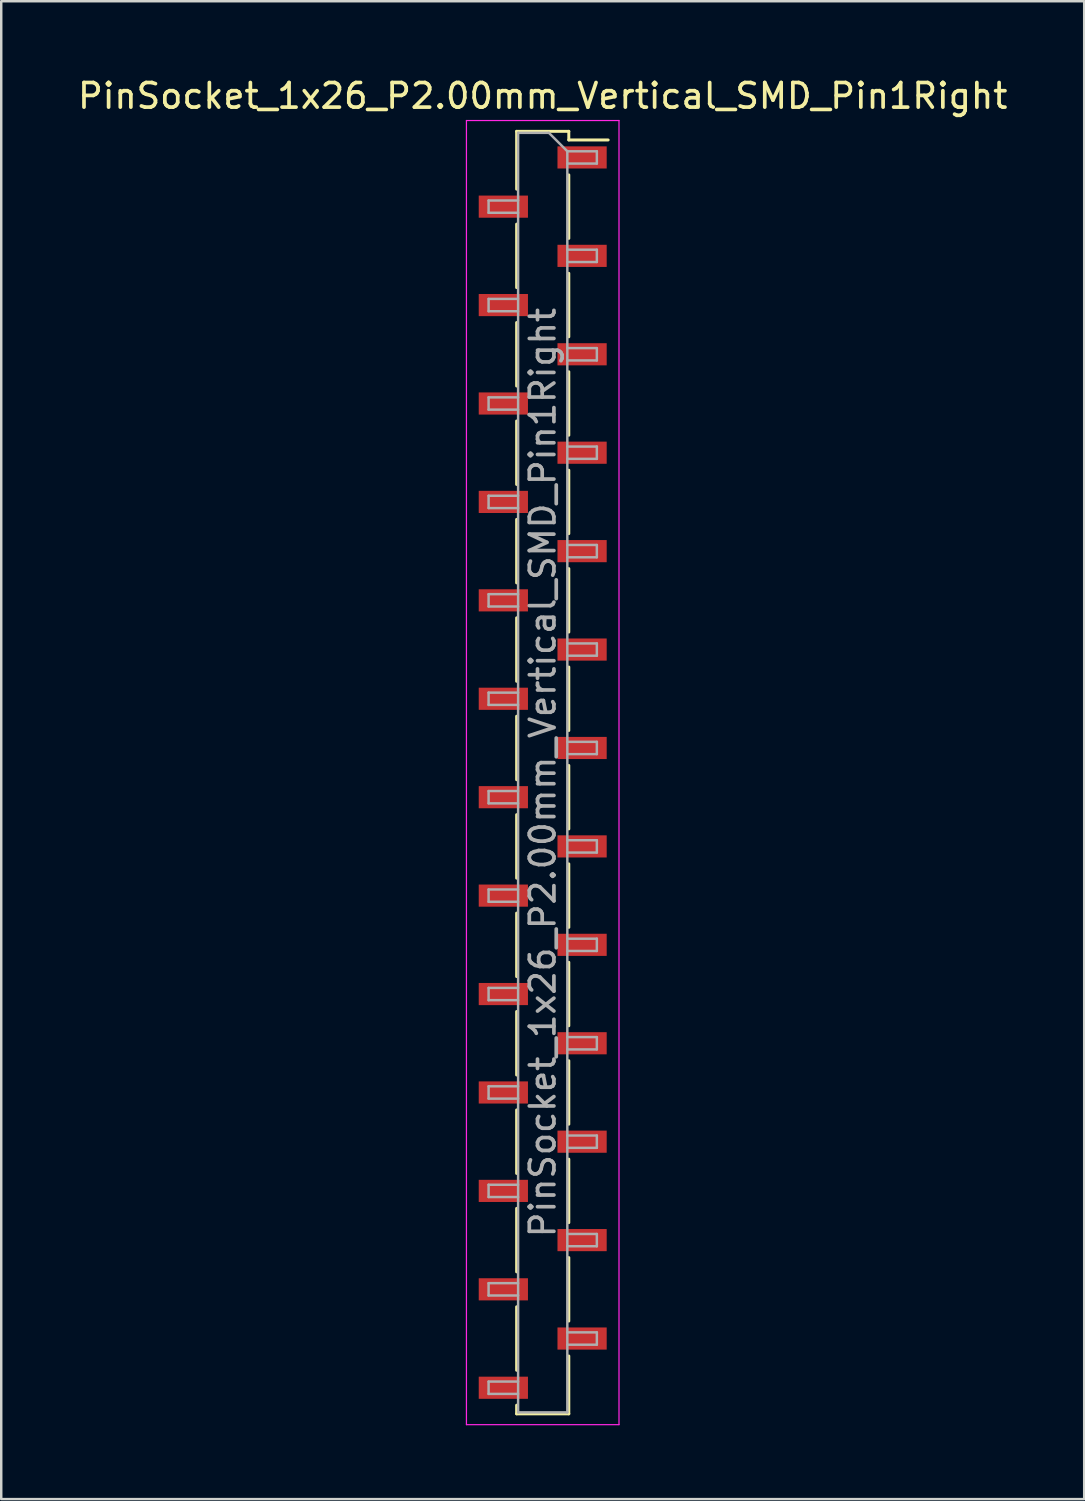
<source format=kicad_pcb>
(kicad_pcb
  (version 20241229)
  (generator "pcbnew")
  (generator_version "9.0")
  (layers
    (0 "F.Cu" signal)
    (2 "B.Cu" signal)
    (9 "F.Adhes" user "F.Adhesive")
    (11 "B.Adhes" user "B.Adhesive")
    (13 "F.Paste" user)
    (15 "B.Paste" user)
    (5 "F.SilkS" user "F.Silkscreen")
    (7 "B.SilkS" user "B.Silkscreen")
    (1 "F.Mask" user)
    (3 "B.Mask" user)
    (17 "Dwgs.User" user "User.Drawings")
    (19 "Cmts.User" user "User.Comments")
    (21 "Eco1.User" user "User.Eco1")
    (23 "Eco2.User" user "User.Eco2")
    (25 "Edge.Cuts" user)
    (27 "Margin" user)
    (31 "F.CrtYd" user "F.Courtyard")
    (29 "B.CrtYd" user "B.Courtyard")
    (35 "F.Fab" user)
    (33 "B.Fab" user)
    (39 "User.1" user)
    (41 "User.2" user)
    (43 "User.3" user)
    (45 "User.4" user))
  (footprint "PinSocket_1x26_P2.00mm_Vertical_SMD_Pin1Right"
    (layer "F.Cu")
    (at 19.006 28.348)
    (property "Reference" "PinSocket_1x26_P2.00mm_Vertical_SMD_Pin1Right" (at 0 -27.5 0) (layer "F.SilkS") (effects (font (size 1 1) (thickness 0.15))))
    (attr smd)
    (fp_line (start -1.06 -26.06) (end -1.06 -23.71) (stroke (width 0.12) (type solid)) (layer "F.SilkS"))
    (fp_line (start -1.06 -26.06) (end 1.06 -26.06) (stroke (width 0.12) (type solid)) (layer "F.SilkS"))
    (fp_line (start -1.06 -22.29) (end -1.06 -19.71) (stroke (width 0.12) (type solid)) (layer "F.SilkS"))
    (fp_line (start -1.06 -18.29) (end -1.06 -15.71) (stroke (width 0.12) (type solid)) (layer "F.SilkS"))
    (fp_line (start -1.06 -14.29) (end -1.06 -11.71) (stroke (width 0.12) (type solid)) (layer "F.SilkS"))
    (fp_line (start -1.06 -10.29) (end -1.06 -7.71) (stroke (width 0.12) (type solid)) (layer "F.SilkS"))
    (fp_line (start -1.06 -6.29) (end -1.06 -3.71) (stroke (width 0.12) (type solid)) (layer "F.SilkS"))
    (fp_line (start -1.06 -2.29) (end -1.06 0.29) (stroke (width 0.12) (type solid)) (layer "F.SilkS"))
    (fp_line (start -1.06 1.71) (end -1.06 4.29) (stroke (width 0.12) (type solid)) (layer "F.SilkS"))
    (fp_line (start -1.06 5.71) (end -1.06 8.29) (stroke (width 0.12) (type solid)) (layer "F.SilkS"))
    (fp_line (start -1.06 9.71) (end -1.06 12.29) (stroke (width 0.12) (type solid)) (layer "F.SilkS"))
    (fp_line (start -1.06 13.71) (end -1.06 16.29) (stroke (width 0.12) (type solid)) (layer "F.SilkS"))
    (fp_line (start -1.06 17.71) (end -1.06 20.29) (stroke (width 0.12) (type solid)) (layer "F.SilkS"))
    (fp_line (start -1.06 21.71) (end -1.06 24.29) (stroke (width 0.12) (type solid)) (layer "F.SilkS"))
    (fp_line (start -1.06 26.06) (end -1.06 25.71) (stroke (width 0.12) (type solid)) (layer "F.SilkS"))
    (fp_line (start 1.06 -26.06) (end 1.06 -25.71) (stroke (width 0.12) (type solid)) (layer "F.SilkS"))
    (fp_line (start 1.06 -25.71) (end 2.66 -25.71) (stroke (width 0.12) (type solid)) (layer "F.SilkS"))
    (fp_line (start 1.06 -24.29) (end 1.06 -21.71) (stroke (width 0.12) (type solid)) (layer "F.SilkS"))
    (fp_line (start 1.06 -20.29) (end 1.06 -17.71) (stroke (width 0.12) (type solid)) (layer "F.SilkS"))
    (fp_line (start 1.06 -16.29) (end 1.06 -13.71) (stroke (width 0.12) (type solid)) (layer "F.SilkS"))
    (fp_line (start 1.06 -12.29) (end 1.06 -9.71) (stroke (width 0.12) (type solid)) (layer "F.SilkS"))
    (fp_line (start 1.06 -8.29) (end 1.06 -5.71) (stroke (width 0.12) (type solid)) (layer "F.SilkS"))
    (fp_line (start 1.06 -4.29) (end 1.06 -1.71) (stroke (width 0.12) (type solid)) (layer "F.SilkS"))
    (fp_line (start 1.06 -0.29) (end 1.06 2.29) (stroke (width 0.12) (type solid)) (layer "F.SilkS"))
    (fp_line (start 1.06 3.71) (end 1.06 6.29) (stroke (width 0.12) (type solid)) (layer "F.SilkS"))
    (fp_line (start 1.06 7.71) (end 1.06 10.29) (stroke (width 0.12) (type solid)) (layer "F.SilkS"))
    (fp_line (start 1.06 11.71) (end 1.06 14.29) (stroke (width 0.12) (type solid)) (layer "F.SilkS"))
    (fp_line (start 1.06 15.71) (end 1.06 18.29) (stroke (width 0.12) (type solid)) (layer "F.SilkS"))
    (fp_line (start 1.06 19.71) (end 1.06 22.29) (stroke (width 0.12) (type solid)) (layer "F.SilkS"))
    (fp_line (start 1.06 23.71) (end 1.06 26.06) (stroke (width 0.12) (type solid)) (layer "F.SilkS"))
    (fp_line (start 1.06 26.06) (end -1.06 26.06) (stroke (width 0.12) (type solid)) (layer "F.SilkS"))
    (fp_line (start -3.1 -26.5) (end 3.1 -26.5) (stroke (width 0.05) (type solid)) (layer "F.CrtYd"))
    (fp_line (start -3.1 26.5) (end -3.1 -26.5) (stroke (width 0.05) (type solid)) (layer "F.CrtYd"))
    (fp_line (start 3.1 -26.5) (end 3.1 26.5) (stroke (width 0.05) (type solid)) (layer "F.CrtYd"))
    (fp_line (start 3.1 26.5) (end -3.1 26.5) (stroke (width 0.05) (type solid)) (layer "F.CrtYd"))
    (fp_line (start -2.2 -23.25) (end -1 -23.25) (stroke (width 0.1) (type solid)) (layer "F.Fab"))
    (fp_line (start -2.2 -22.75) (end -2.2 -23.25) (stroke (width 0.1) (type solid)) (layer "F.Fab"))
    (fp_line (start -2.2 -19.25) (end -1 -19.25) (stroke (width 0.1) (type solid)) (layer "F.Fab"))
    (fp_line (start -2.2 -18.75) (end -2.2 -19.25) (stroke (width 0.1) (type solid)) (layer "F.Fab"))
    (fp_line (start -2.2 -15.25) (end -1 -15.25) (stroke (width 0.1) (type solid)) (layer "F.Fab"))
    (fp_line (start -2.2 -14.75) (end -2.2 -15.25) (stroke (width 0.1) (type solid)) (layer "F.Fab"))
    (fp_line (start -2.2 -11.25) (end -1 -11.25) (stroke (width 0.1) (type solid)) (layer "F.Fab"))
    (fp_line (start -2.2 -10.75) (end -2.2 -11.25) (stroke (width 0.1) (type solid)) (layer "F.Fab"))
    (fp_line (start -2.2 -7.25) (end -1 -7.25) (stroke (width 0.1) (type solid)) (layer "F.Fab"))
    (fp_line (start -2.2 -6.75) (end -2.2 -7.25) (stroke (width 0.1) (type solid)) (layer "F.Fab"))
    (fp_line (start -2.2 -3.25) (end -1 -3.25) (stroke (width 0.1) (type solid)) (layer "F.Fab"))
    (fp_line (start -2.2 -2.75) (end -2.2 -3.25) (stroke (width 0.1) (type solid)) (layer "F.Fab"))
    (fp_line (start -2.2 0.75) (end -1 0.75) (stroke (width 0.1) (type solid)) (layer "F.Fab"))
    (fp_line (start -2.2 1.25) (end -2.2 0.75) (stroke (width 0.1) (type solid)) (layer "F.Fab"))
    (fp_line (start -2.2 4.75) (end -1 4.75) (stroke (width 0.1) (type solid)) (layer "F.Fab"))
    (fp_line (start -2.2 5.25) (end -2.2 4.75) (stroke (width 0.1) (type solid)) (layer "F.Fab"))
    (fp_line (start -2.2 8.75) (end -1 8.75) (stroke (width 0.1) (type solid)) (layer "F.Fab"))
    (fp_line (start -2.2 9.25) (end -2.2 8.75) (stroke (width 0.1) (type solid)) (layer "F.Fab"))
    (fp_line (start -2.2 12.75) (end -1 12.75) (stroke (width 0.1) (type solid)) (layer "F.Fab"))
    (fp_line (start -2.2 13.25) (end -2.2 12.75) (stroke (width 0.1) (type solid)) (layer "F.Fab"))
    (fp_line (start -2.2 16.75) (end -1 16.75) (stroke (width 0.1) (type solid)) (layer "F.Fab"))
    (fp_line (start -2.2 17.25) (end -2.2 16.75) (stroke (width 0.1) (type solid)) (layer "F.Fab"))
    (fp_line (start -2.2 20.75) (end -1 20.75) (stroke (width 0.1) (type solid)) (layer "F.Fab"))
    (fp_line (start -2.2 21.25) (end -2.2 20.75) (stroke (width 0.1) (type solid)) (layer "F.Fab"))
    (fp_line (start -2.2 24.75) (end -1 24.75) (stroke (width 0.1) (type solid)) (layer "F.Fab"))
    (fp_line (start -2.2 25.25) (end -2.2 24.75) (stroke (width 0.1) (type solid)) (layer "F.Fab"))
    (fp_line (start -1 -26) (end 0.25 -26) (stroke (width 0.1) (type solid)) (layer "F.Fab"))
    (fp_line (start -1 -22.75) (end -2.2 -22.75) (stroke (width 0.1) (type solid)) (layer "F.Fab"))
    (fp_line (start -1 -18.75) (end -2.2 -18.75) (stroke (width 0.1) (type solid)) (layer "F.Fab"))
    (fp_line (start -1 -14.75) (end -2.2 -14.75) (stroke (width 0.1) (type solid)) (layer "F.Fab"))
    (fp_line (start -1 -10.75) (end -2.2 -10.75) (stroke (width 0.1) (type solid)) (layer "F.Fab"))
    (fp_line (start -1 -6.75) (end -2.2 -6.75) (stroke (width 0.1) (type solid)) (layer "F.Fab"))
    (fp_line (start -1 -2.75) (end -2.2 -2.75) (stroke (width 0.1) (type solid)) (layer "F.Fab"))
    (fp_line (start -1 1.25) (end -2.2 1.25) (stroke (width 0.1) (type solid)) (layer "F.Fab"))
    (fp_line (start -1 5.25) (end -2.2 5.25) (stroke (width 0.1) (type solid)) (layer "F.Fab"))
    (fp_line (start -1 9.25) (end -2.2 9.25) (stroke (width 0.1) (type solid)) (layer "F.Fab"))
    (fp_line (start -1 13.25) (end -2.2 13.25) (stroke (width 0.1) (type solid)) (layer "F.Fab"))
    (fp_line (start -1 17.25) (end -2.2 17.25) (stroke (width 0.1) (type solid)) (layer "F.Fab"))
    (fp_line (start -1 21.25) (end -2.2 21.25) (stroke (width 0.1) (type solid)) (layer "F.Fab"))
    (fp_line (start -1 25.25) (end -2.2 25.25) (stroke (width 0.1) (type solid)) (layer "F.Fab"))
    (fp_line (start -1 26) (end -1 -26) (stroke (width 0.1) (type solid)) (layer "F.Fab"))
    (fp_line (start 0.25 -26) (end 1 -25.25) (stroke (width 0.1) (type solid)) (layer "F.Fab"))
    (fp_line (start 1 -25.25) (end 1 26) (stroke (width 0.1) (type solid)) (layer "F.Fab"))
    (fp_line (start 1 -25.25) (end 2.2 -25.25) (stroke (width 0.1) (type solid)) (layer "F.Fab"))
    (fp_line (start 1 -21.25) (end 2.2 -21.25) (stroke (width 0.1) (type solid)) (layer "F.Fab"))
    (fp_line (start 1 -17.25) (end 2.2 -17.25) (stroke (width 0.1) (type solid)) (layer "F.Fab"))
    (fp_line (start 1 -13.25) (end 2.2 -13.25) (stroke (width 0.1) (type solid)) (layer "F.Fab"))
    (fp_line (start 1 -9.25) (end 2.2 -9.25) (stroke (width 0.1) (type solid)) (layer "F.Fab"))
    (fp_line (start 1 -5.25) (end 2.2 -5.25) (stroke (width 0.1) (type solid)) (layer "F.Fab"))
    (fp_line (start 1 -1.25) (end 2.2 -1.25) (stroke (width 0.1) (type solid)) (layer "F.Fab"))
    (fp_line (start 1 2.75) (end 2.2 2.75) (stroke (width 0.1) (type solid)) (layer "F.Fab"))
    (fp_line (start 1 6.75) (end 2.2 6.75) (stroke (width 0.1) (type solid)) (layer "F.Fab"))
    (fp_line (start 1 10.75) (end 2.2 10.75) (stroke (width 0.1) (type solid)) (layer "F.Fab"))
    (fp_line (start 1 14.75) (end 2.2 14.75) (stroke (width 0.1) (type solid)) (layer "F.Fab"))
    (fp_line (start 1 18.75) (end 2.2 18.75) (stroke (width 0.1) (type solid)) (layer "F.Fab"))
    (fp_line (start 1 22.75) (end 2.2 22.75) (stroke (width 0.1) (type solid)) (layer "F.Fab"))
    (fp_line (start 1 26) (end -1 26) (stroke (width 0.1) (type solid)) (layer "F.Fab"))
    (fp_line (start 2.2 -25.25) (end 2.2 -24.75) (stroke (width 0.1) (type solid)) (layer "F.Fab"))
    (fp_line (start 2.2 -24.75) (end 1 -24.75) (stroke (width 0.1) (type solid)) (layer "F.Fab"))
    (fp_line (start 2.2 -21.25) (end 2.2 -20.75) (stroke (width 0.1) (type solid)) (layer "F.Fab"))
    (fp_line (start 2.2 -20.75) (end 1 -20.75) (stroke (width 0.1) (type solid)) (layer "F.Fab"))
    (fp_line (start 2.2 -17.25) (end 2.2 -16.75) (stroke (width 0.1) (type solid)) (layer "F.Fab"))
    (fp_line (start 2.2 -16.75) (end 1 -16.75) (stroke (width 0.1) (type solid)) (layer "F.Fab"))
    (fp_line (start 2.2 -13.25) (end 2.2 -12.75) (stroke (width 0.1) (type solid)) (layer "F.Fab"))
    (fp_line (start 2.2 -12.75) (end 1 -12.75) (stroke (width 0.1) (type solid)) (layer "F.Fab"))
    (fp_line (start 2.2 -9.25) (end 2.2 -8.75) (stroke (width 0.1) (type solid)) (layer "F.Fab"))
    (fp_line (start 2.2 -8.75) (end 1 -8.75) (stroke (width 0.1) (type solid)) (layer "F.Fab"))
    (fp_line (start 2.2 -5.25) (end 2.2 -4.75) (stroke (width 0.1) (type solid)) (layer "F.Fab"))
    (fp_line (start 2.2 -4.75) (end 1 -4.75) (stroke (width 0.1) (type solid)) (layer "F.Fab"))
    (fp_line (start 2.2 -1.25) (end 2.2 -0.75) (stroke (width 0.1) (type solid)) (layer "F.Fab"))
    (fp_line (start 2.2 -0.75) (end 1 -0.75) (stroke (width 0.1) (type solid)) (layer "F.Fab"))
    (fp_line (start 2.2 2.75) (end 2.2 3.25) (stroke (width 0.1) (type solid)) (layer "F.Fab"))
    (fp_line (start 2.2 3.25) (end 1 3.25) (stroke (width 0.1) (type solid)) (layer "F.Fab"))
    (fp_line (start 2.2 6.75) (end 2.2 7.25) (stroke (width 0.1) (type solid)) (layer "F.Fab"))
    (fp_line (start 2.2 7.25) (end 1 7.25) (stroke (width 0.1) (type solid)) (layer "F.Fab"))
    (fp_line (start 2.2 10.75) (end 2.2 11.25) (stroke (width 0.1) (type solid)) (layer "F.Fab"))
    (fp_line (start 2.2 11.25) (end 1 11.25) (stroke (width 0.1) (type solid)) (layer "F.Fab"))
    (fp_line (start 2.2 14.75) (end 2.2 15.25) (stroke (width 0.1) (type solid)) (layer "F.Fab"))
    (fp_line (start 2.2 15.25) (end 1 15.25) (stroke (width 0.1) (type solid)) (layer "F.Fab"))
    (fp_line (start 2.2 18.75) (end 2.2 19.25) (stroke (width 0.1) (type solid)) (layer "F.Fab"))
    (fp_line (start 2.2 19.25) (end 1 19.25) (stroke (width 0.1) (type solid)) (layer "F.Fab"))
    (fp_line (start 2.2 22.75) (end 2.2 23.25) (stroke (width 0.1) (type solid)) (layer "F.Fab"))
    (fp_line (start 2.2 23.25) (end 1 23.25) (stroke (width 0.1) (type solid)) (layer "F.Fab"))
    (fp_text user "${REFERENCE}" (at 0 0 90) (layer "F.Fab") (effects (font (size 1 1) (thickness 0.15))))
    (pad "1" smd rect (at 1.6 -25) (size 2 0.9) (layers "F.Cu" "F.Mask" "F.Paste"))
    (pad "2" smd rect (at -1.6 -23) (size 2 0.9) (layers "F.Cu" "F.Mask" "F.Paste"))
    (pad "3" smd rect (at 1.6 -21) (size 2 0.9) (layers "F.Cu" "F.Mask" "F.Paste"))
    (pad "4" smd rect (at -1.6 -19) (size 2 0.9) (layers "F.Cu" "F.Mask" "F.Paste"))
    (pad "5" smd rect (at 1.6 -17) (size 2 0.9) (layers "F.Cu" "F.Mask" "F.Paste"))
    (pad "6" smd rect (at -1.6 -15) (size 2 0.9) (layers "F.Cu" "F.Mask" "F.Paste"))
    (pad "7" smd rect (at 1.6 -13) (size 2 0.9) (layers "F.Cu" "F.Mask" "F.Paste"))
    (pad "8" smd rect (at -1.6 -11) (size 2 0.9) (layers "F.Cu" "F.Mask" "F.Paste"))
    (pad "9" smd rect (at 1.6 -9) (size 2 0.9) (layers "F.Cu" "F.Mask" "F.Paste"))
    (pad "10" smd rect (at -1.6 -7) (size 2 0.9) (layers "F.Cu" "F.Mask" "F.Paste"))
    (pad "11" smd rect (at 1.6 -5) (size 2 0.9) (layers "F.Cu" "F.Mask" "F.Paste"))
    (pad "12" smd rect (at -1.6 -3) (size 2 0.9) (layers "F.Cu" "F.Mask" "F.Paste"))
    (pad "13" smd rect (at 1.6 -1) (size 2 0.9) (layers "F.Cu" "F.Mask" "F.Paste"))
    (pad "14" smd rect (at -1.6 1) (size 2 0.9) (layers "F.Cu" "F.Mask" "F.Paste"))
    (pad "15" smd rect (at 1.6 3) (size 2 0.9) (layers "F.Cu" "F.Mask" "F.Paste"))
    (pad "16" smd rect (at -1.6 5) (size 2 0.9) (layers "F.Cu" "F.Mask" "F.Paste"))
    (pad "17" smd rect (at 1.6 7) (size 2 0.9) (layers "F.Cu" "F.Mask" "F.Paste"))
    (pad "18" smd rect (at -1.6 9) (size 2 0.9) (layers "F.Cu" "F.Mask" "F.Paste"))
    (pad "19" smd rect (at 1.6 11) (size 2 0.9) (layers "F.Cu" "F.Mask" "F.Paste"))
    (pad "20" smd rect (at -1.6 13) (size 2 0.9) (layers "F.Cu" "F.Mask" "F.Paste"))
    (pad "21" smd rect (at 1.6 15) (size 2 0.9) (layers "F.Cu" "F.Mask" "F.Paste"))
    (pad "22" smd rect (at -1.6 17) (size 2 0.9) (layers "F.Cu" "F.Mask" "F.Paste"))
    (pad "23" smd rect (at 1.6 19) (size 2 0.9) (layers "F.Cu" "F.Mask" "F.Paste"))
    (pad "24" smd rect (at -1.6 21) (size 2 0.9) (layers "F.Cu" "F.Mask" "F.Paste"))
    (pad "25" smd rect (at 1.6 23) (size 2 0.9) (layers "F.Cu" "F.Mask" "F.Paste"))
    (pad "26" smd rect (at -1.6 25) (size 2 0.9) (layers "F.Cu" "F.Mask" "F.Paste")))
  (gr_rect
    (start -3 -3)
    (end 41.012 57.873)
    (stroke (width 0.1) (type default))
    (fill no)
    (layer "Edge.Cuts")))
</source>
